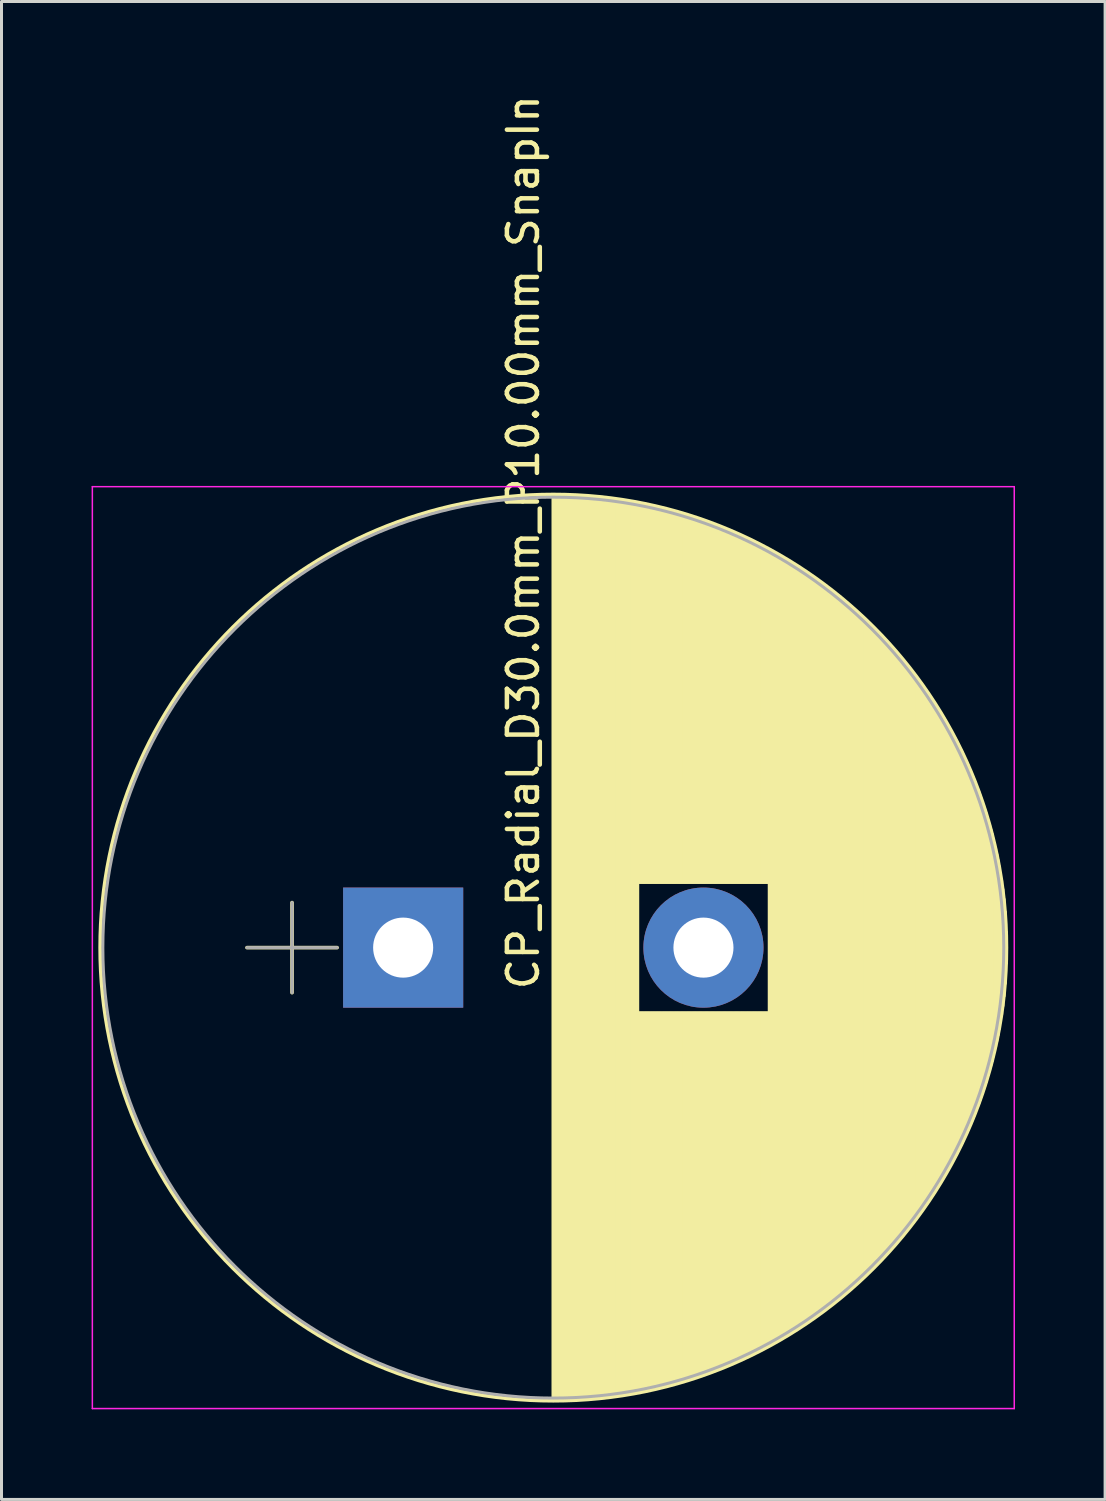
<source format=kicad_pcb>
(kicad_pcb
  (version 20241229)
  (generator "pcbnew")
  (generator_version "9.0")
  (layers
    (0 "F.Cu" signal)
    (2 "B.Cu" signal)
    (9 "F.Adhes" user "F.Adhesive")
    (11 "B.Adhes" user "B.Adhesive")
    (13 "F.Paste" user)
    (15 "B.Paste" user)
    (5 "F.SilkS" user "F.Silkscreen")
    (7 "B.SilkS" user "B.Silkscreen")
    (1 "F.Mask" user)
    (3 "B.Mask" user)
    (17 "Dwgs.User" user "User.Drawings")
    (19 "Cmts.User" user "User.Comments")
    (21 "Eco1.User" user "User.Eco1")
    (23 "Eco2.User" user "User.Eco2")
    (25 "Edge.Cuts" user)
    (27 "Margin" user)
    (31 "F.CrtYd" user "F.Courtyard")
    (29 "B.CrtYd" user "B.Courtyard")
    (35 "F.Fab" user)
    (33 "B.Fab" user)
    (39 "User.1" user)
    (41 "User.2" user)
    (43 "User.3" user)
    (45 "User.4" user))
  (footprint "CP_Radial_D30.0mm_P10.00mm_SnapIn"
    (layer "F.Cu")
    (at 15.375 28.506)
    (property "Reference" "CP_Radial_D30.0mm_P10.00mm_SnapIn" (at -1 -13.5 90) (layer "F.SilkS") (effects (font (size 1 1) (thickness 0.15))))
    (attr through_hole)
    (fp_line (start -10.2 0) (end -7.2 0) (stroke (width 0.12) (type solid)) (layer "F.SilkS"))
    (fp_line (start -8.7 -1.5) (end -8.7 1.5) (stroke (width 0.12) (type solid)) (layer "F.SilkS"))
    (fp_line (start 0 -15.05) (end 0 15.05) (stroke (width 0.12) (type solid)) (layer "F.SilkS"))
    (fp_line (start 0.04 -15.05) (end 0.04 15.05) (stroke (width 0.12) (type solid)) (layer "F.SilkS"))
    (fp_line (start 0.08 -15.05) (end 0.08 15.05) (stroke (width 0.12) (type solid)) (layer "F.SilkS"))
    (fp_line (start 0.12 -15.05) (end 0.12 15.05) (stroke (width 0.12) (type solid)) (layer "F.SilkS"))
    (fp_line (start 0.16 -15.05) (end 0.16 15.05) (stroke (width 0.12) (type solid)) (layer "F.SilkS"))
    (fp_line (start 0.2 -15.049) (end 0.2 15.049) (stroke (width 0.12) (type solid)) (layer "F.SilkS"))
    (fp_line (start 0.24 -15.049) (end 0.24 15.049) (stroke (width 0.12) (type solid)) (layer "F.SilkS"))
    (fp_line (start 0.28 -15.048) (end 0.28 15.048) (stroke (width 0.12) (type solid)) (layer "F.SilkS"))
    (fp_line (start 0.32 -15.047) (end 0.32 15.047) (stroke (width 0.12) (type solid)) (layer "F.SilkS"))
    (fp_line (start 0.36 -15.046) (end 0.36 15.046) (stroke (width 0.12) (type solid)) (layer "F.SilkS"))
    (fp_line (start 0.4 -15.045) (end 0.4 15.045) (stroke (width 0.12) (type solid)) (layer "F.SilkS"))
    (fp_line (start 0.44 -15.044) (end 0.44 15.044) (stroke (width 0.12) (type solid)) (layer "F.SilkS"))
    (fp_line (start 0.48 -15.043) (end 0.48 15.043) (stroke (width 0.12) (type solid)) (layer "F.SilkS"))
    (fp_line (start 0.52 -15.042) (end 0.52 15.042) (stroke (width 0.12) (type solid)) (layer "F.SilkS"))
    (fp_line (start 0.56 -15.04) (end 0.56 15.04) (stroke (width 0.12) (type solid)) (layer "F.SilkS"))
    (fp_line (start 0.6 -15.039) (end 0.6 15.039) (stroke (width 0.12) (type solid)) (layer "F.SilkS"))
    (fp_line (start 0.64 -15.037) (end 0.64 15.037) (stroke (width 0.12) (type solid)) (layer "F.SilkS"))
    (fp_line (start 0.68 -15.035) (end 0.68 15.035) (stroke (width 0.12) (type solid)) (layer "F.SilkS"))
    (fp_line (start 0.721 -15.033) (end 0.721 15.033) (stroke (width 0.12) (type solid)) (layer "F.SilkS"))
    (fp_line (start 0.761 -15.031) (end 0.761 15.031) (stroke (width 0.12) (type solid)) (layer "F.SilkS"))
    (fp_line (start 0.801 -15.029) (end 0.801 15.029) (stroke (width 0.12) (type solid)) (layer "F.SilkS"))
    (fp_line (start 0.841 -15.027) (end 0.841 15.027) (stroke (width 0.12) (type solid)) (layer "F.SilkS"))
    (fp_line (start 0.881 -15.025) (end 0.881 15.025) (stroke (width 0.12) (type solid)) (layer "F.SilkS"))
    (fp_line (start 0.921 -15.022) (end 0.921 15.022) (stroke (width 0.12) (type solid)) (layer "F.SilkS"))
    (fp_line (start 0.961 -15.02) (end 0.961 15.02) (stroke (width 0.12) (type solid)) (layer "F.SilkS"))
    (fp_line (start 1.001 -15.017) (end 1.001 15.017) (stroke (width 0.12) (type solid)) (layer "F.SilkS"))
    (fp_line (start 1.041 -15.015) (end 1.041 15.015) (stroke (width 0.12) (type solid)) (layer "F.SilkS"))
    (fp_line (start 1.081 -15.012) (end 1.081 15.012) (stroke (width 0.12) (type solid)) (layer "F.SilkS"))
    (fp_line (start 1.121 -15.009) (end 1.121 15.009) (stroke (width 0.12) (type solid)) (layer "F.SilkS"))
    (fp_line (start 1.161 -15.006) (end 1.161 15.006) (stroke (width 0.12) (type solid)) (layer "F.SilkS"))
    (fp_line (start 1.201 -15.003) (end 1.201 15.003) (stroke (width 0.12) (type solid)) (layer "F.SilkS"))
    (fp_line (start 1.241 -14.999) (end 1.241 14.999) (stroke (width 0.12) (type solid)) (layer "F.SilkS"))
    (fp_line (start 1.281 -14.996) (end 1.281 14.996) (stroke (width 0.12) (type solid)) (layer "F.SilkS"))
    (fp_line (start 1.321 -14.993) (end 1.321 14.993) (stroke (width 0.12) (type solid)) (layer "F.SilkS"))
    (fp_line (start 1.361 -14.989) (end 1.361 14.989) (stroke (width 0.12) (type solid)) (layer "F.SilkS"))
    (fp_line (start 1.401 -14.985) (end 1.401 14.985) (stroke (width 0.12) (type solid)) (layer "F.SilkS"))
    (fp_line (start 1.441 -14.982) (end 1.441 14.982) (stroke (width 0.12) (type solid)) (layer "F.SilkS"))
    (fp_line (start 1.481 -14.978) (end 1.481 14.978) (stroke (width 0.12) (type solid)) (layer "F.SilkS"))
    (fp_line (start 1.521 -14.974) (end 1.521 14.974) (stroke (width 0.12) (type solid)) (layer "F.SilkS"))
    (fp_line (start 1.561 -14.97) (end 1.561 14.97) (stroke (width 0.12) (type solid)) (layer "F.SilkS"))
    (fp_line (start 1.601 -14.965) (end 1.601 14.965) (stroke (width 0.12) (type solid)) (layer "F.SilkS"))
    (fp_line (start 1.641 -14.961) (end 1.641 14.961) (stroke (width 0.12) (type solid)) (layer "F.SilkS"))
    (fp_line (start 1.681 -14.957) (end 1.681 14.957) (stroke (width 0.12) (type solid)) (layer "F.SilkS"))
    (fp_line (start 1.721 -14.952) (end 1.721 14.952) (stroke (width 0.12) (type solid)) (layer "F.SilkS"))
    (fp_line (start 1.761 -14.948) (end 1.761 14.948) (stroke (width 0.12) (type solid)) (layer "F.SilkS"))
    (fp_line (start 1.801 -14.943) (end 1.801 14.943) (stroke (width 0.12) (type solid)) (layer "F.SilkS"))
    (fp_line (start 1.841 -14.938) (end 1.841 14.938) (stroke (width 0.12) (type solid)) (layer "F.SilkS"))
    (fp_line (start 1.881 -14.933) (end 1.881 14.933) (stroke (width 0.12) (type solid)) (layer "F.SilkS"))
    (fp_line (start 1.921 -14.928) (end 1.921 14.928) (stroke (width 0.12) (type solid)) (layer "F.SilkS"))
    (fp_line (start 1.961 -14.923) (end 1.961 14.923) (stroke (width 0.12) (type solid)) (layer "F.SilkS"))
    (fp_line (start 2.001 -14.917) (end 2.001 14.917) (stroke (width 0.12) (type solid)) (layer "F.SilkS"))
    (fp_line (start 2.041 -14.912) (end 2.041 14.912) (stroke (width 0.12) (type solid)) (layer "F.SilkS"))
    (fp_line (start 2.081 -14.906) (end 2.081 14.906) (stroke (width 0.12) (type solid)) (layer "F.SilkS"))
    (fp_line (start 2.121 -14.901) (end 2.121 14.901) (stroke (width 0.12) (type solid)) (layer "F.SilkS"))
    (fp_line (start 2.161 -14.895) (end 2.161 14.895) (stroke (width 0.12) (type solid)) (layer "F.SilkS"))
    (fp_line (start 2.201 -14.889) (end 2.201 14.889) (stroke (width 0.12) (type solid)) (layer "F.SilkS"))
    (fp_line (start 2.241 -14.883) (end 2.241 14.883) (stroke (width 0.12) (type solid)) (layer "F.SilkS"))
    (fp_line (start 2.281 -14.877) (end 2.281 14.877) (stroke (width 0.12) (type solid)) (layer "F.SilkS"))
    (fp_line (start 2.321 -14.871) (end 2.321 14.871) (stroke (width 0.12) (type solid)) (layer "F.SilkS"))
    (fp_line (start 2.361 -14.865) (end 2.361 14.865) (stroke (width 0.12) (type solid)) (layer "F.SilkS"))
    (fp_line (start 2.401 -14.858) (end 2.401 14.858) (stroke (width 0.12) (type solid)) (layer "F.SilkS"))
    (fp_line (start 2.441 -14.852) (end 2.441 14.852) (stroke (width 0.12) (type solid)) (layer "F.SilkS"))
    (fp_line (start 2.481 -14.845) (end 2.481 14.845) (stroke (width 0.12) (type solid)) (layer "F.SilkS"))
    (fp_line (start 2.521 -14.839) (end 2.521 14.839) (stroke (width 0.12) (type solid)) (layer "F.SilkS"))
    (fp_line (start 2.561 -14.832) (end 2.561 14.832) (stroke (width 0.12) (type solid)) (layer "F.SilkS"))
    (fp_line (start 2.601 -14.825) (end 2.601 14.825) (stroke (width 0.12) (type solid)) (layer "F.SilkS"))
    (fp_line (start 2.641 -14.818) (end 2.641 14.818) (stroke (width 0.12) (type solid)) (layer "F.SilkS"))
    (fp_line (start 2.681 -14.811) (end 2.681 14.811) (stroke (width 0.12) (type solid)) (layer "F.SilkS"))
    (fp_line (start 2.721 -14.803) (end 2.721 14.803) (stroke (width 0.12) (type solid)) (layer "F.SilkS"))
    (fp_line (start 2.761 -14.796) (end 2.761 14.796) (stroke (width 0.12) (type solid)) (layer "F.SilkS"))
    (fp_line (start 2.801 -14.788) (end 2.801 14.788) (stroke (width 0.12) (type solid)) (layer "F.SilkS"))
    (fp_line (start 2.841 -14.781) (end 2.841 -2.18) (stroke (width 0.12) (type solid)) (layer "F.SilkS"))
    (fp_line (start 2.841 2.18) (end 2.841 14.781) (stroke (width 0.12) (type solid)) (layer "F.SilkS"))
    (fp_line (start 2.881 -14.773) (end 2.881 -2.18) (stroke (width 0.12) (type solid)) (layer "F.SilkS"))
    (fp_line (start 2.881 2.18) (end 2.881 14.773) (stroke (width 0.12) (type solid)) (layer "F.SilkS"))
    (fp_line (start 2.921 -14.765) (end 2.921 -2.18) (stroke (width 0.12) (type solid)) (layer "F.SilkS"))
    (fp_line (start 2.921 2.18) (end 2.921 14.765) (stroke (width 0.12) (type solid)) (layer "F.SilkS"))
    (fp_line (start 2.961 -14.757) (end 2.961 -2.18) (stroke (width 0.12) (type solid)) (layer "F.SilkS"))
    (fp_line (start 2.961 2.18) (end 2.961 14.757) (stroke (width 0.12) (type solid)) (layer "F.SilkS"))
    (fp_line (start 3.001 -14.749) (end 3.001 -2.18) (stroke (width 0.12) (type solid)) (layer "F.SilkS"))
    (fp_line (start 3.001 2.18) (end 3.001 14.749) (stroke (width 0.12) (type solid)) (layer "F.SilkS"))
    (fp_line (start 3.041 -14.741) (end 3.041 -2.18) (stroke (width 0.12) (type solid)) (layer "F.SilkS"))
    (fp_line (start 3.041 2.18) (end 3.041 14.741) (stroke (width 0.12) (type solid)) (layer "F.SilkS"))
    (fp_line (start 3.081 -14.733) (end 3.081 -2.18) (stroke (width 0.12) (type solid)) (layer "F.SilkS"))
    (fp_line (start 3.081 2.18) (end 3.081 14.733) (stroke (width 0.12) (type solid)) (layer "F.SilkS"))
    (fp_line (start 3.121 -14.724) (end 3.121 -2.18) (stroke (width 0.12) (type solid)) (layer "F.SilkS"))
    (fp_line (start 3.121 2.18) (end 3.121 14.724) (stroke (width 0.12) (type solid)) (layer "F.SilkS"))
    (fp_line (start 3.161 -14.716) (end 3.161 -2.18) (stroke (width 0.12) (type solid)) (layer "F.SilkS"))
    (fp_line (start 3.161 2.18) (end 3.161 14.716) (stroke (width 0.12) (type solid)) (layer "F.SilkS"))
    (fp_line (start 3.201 -14.707) (end 3.201 -2.18) (stroke (width 0.12) (type solid)) (layer "F.SilkS"))
    (fp_line (start 3.201 2.18) (end 3.201 14.707) (stroke (width 0.12) (type solid)) (layer "F.SilkS"))
    (fp_line (start 3.241 -14.699) (end 3.241 -2.18) (stroke (width 0.12) (type solid)) (layer "F.SilkS"))
    (fp_line (start 3.241 2.18) (end 3.241 14.699) (stroke (width 0.12) (type solid)) (layer "F.SilkS"))
    (fp_line (start 3.281 -14.69) (end 3.281 -2.18) (stroke (width 0.12) (type solid)) (layer "F.SilkS"))
    (fp_line (start 3.281 2.18) (end 3.281 14.69) (stroke (width 0.12) (type solid)) (layer "F.SilkS"))
    (fp_line (start 3.321 -14.681) (end 3.321 -2.18) (stroke (width 0.12) (type solid)) (layer "F.SilkS"))
    (fp_line (start 3.321 2.18) (end 3.321 14.681) (stroke (width 0.12) (type solid)) (layer "F.SilkS"))
    (fp_line (start 3.361 -14.672) (end 3.361 -2.18) (stroke (width 0.12) (type solid)) (layer "F.SilkS"))
    (fp_line (start 3.361 2.18) (end 3.361 14.672) (stroke (width 0.12) (type solid)) (layer "F.SilkS"))
    (fp_line (start 3.401 -14.662) (end 3.401 -2.18) (stroke (width 0.12) (type solid)) (layer "F.SilkS"))
    (fp_line (start 3.401 2.18) (end 3.401 14.662) (stroke (width 0.12) (type solid)) (layer "F.SilkS"))
    (fp_line (start 3.441 -14.653) (end 3.441 -2.18) (stroke (width 0.12) (type solid)) (layer "F.SilkS"))
    (fp_line (start 3.441 2.18) (end 3.441 14.653) (stroke (width 0.12) (type solid)) (layer "F.SilkS"))
    (fp_line (start 3.481 -14.644) (end 3.481 -2.18) (stroke (width 0.12) (type solid)) (layer "F.SilkS"))
    (fp_line (start 3.481 2.18) (end 3.481 14.644) (stroke (width 0.12) (type solid)) (layer "F.SilkS"))
    (fp_line (start 3.521 -14.634) (end 3.521 -2.18) (stroke (width 0.12) (type solid)) (layer "F.SilkS"))
    (fp_line (start 3.521 2.18) (end 3.521 14.634) (stroke (width 0.12) (type solid)) (layer "F.SilkS"))
    (fp_line (start 3.561 -14.625) (end 3.561 -2.18) (stroke (width 0.12) (type solid)) (layer "F.SilkS"))
    (fp_line (start 3.561 2.18) (end 3.561 14.625) (stroke (width 0.12) (type solid)) (layer "F.SilkS"))
    (fp_line (start 3.601 -14.615) (end 3.601 -2.18) (stroke (width 0.12) (type solid)) (layer "F.SilkS"))
    (fp_line (start 3.601 2.18) (end 3.601 14.615) (stroke (width 0.12) (type solid)) (layer "F.SilkS"))
    (fp_line (start 3.641 -14.605) (end 3.641 -2.18) (stroke (width 0.12) (type solid)) (layer "F.SilkS"))
    (fp_line (start 3.641 2.18) (end 3.641 14.605) (stroke (width 0.12) (type solid)) (layer "F.SilkS"))
    (fp_line (start 3.681 -14.595) (end 3.681 -2.18) (stroke (width 0.12) (type solid)) (layer "F.SilkS"))
    (fp_line (start 3.681 2.18) (end 3.681 14.595) (stroke (width 0.12) (type solid)) (layer "F.SilkS"))
    (fp_line (start 3.721 -14.585) (end 3.721 -2.18) (stroke (width 0.12) (type solid)) (layer "F.SilkS"))
    (fp_line (start 3.721 2.18) (end 3.721 14.585) (stroke (width 0.12) (type solid)) (layer "F.SilkS"))
    (fp_line (start 3.761 -14.575) (end 3.761 -2.18) (stroke (width 0.12) (type solid)) (layer "F.SilkS"))
    (fp_line (start 3.761 2.18) (end 3.761 14.575) (stroke (width 0.12) (type solid)) (layer "F.SilkS"))
    (fp_line (start 3.801 -14.564) (end 3.801 -2.18) (stroke (width 0.12) (type solid)) (layer "F.SilkS"))
    (fp_line (start 3.801 2.18) (end 3.801 14.564) (stroke (width 0.12) (type solid)) (layer "F.SilkS"))
    (fp_line (start 3.841 -14.554) (end 3.841 -2.18) (stroke (width 0.12) (type solid)) (layer "F.SilkS"))
    (fp_line (start 3.841 2.18) (end 3.841 14.554) (stroke (width 0.12) (type solid)) (layer "F.SilkS"))
    (fp_line (start 3.881 -14.543) (end 3.881 -2.18) (stroke (width 0.12) (type solid)) (layer "F.SilkS"))
    (fp_line (start 3.881 2.18) (end 3.881 14.543) (stroke (width 0.12) (type solid)) (layer "F.SilkS"))
    (fp_line (start 3.921 -14.532) (end 3.921 -2.18) (stroke (width 0.12) (type solid)) (layer "F.SilkS"))
    (fp_line (start 3.921 2.18) (end 3.921 14.532) (stroke (width 0.12) (type solid)) (layer "F.SilkS"))
    (fp_line (start 3.961 -14.522) (end 3.961 -2.18) (stroke (width 0.12) (type solid)) (layer "F.SilkS"))
    (fp_line (start 3.961 2.18) (end 3.961 14.522) (stroke (width 0.12) (type solid)) (layer "F.SilkS"))
    (fp_line (start 4.001 -14.511) (end 4.001 -2.18) (stroke (width 0.12) (type solid)) (layer "F.SilkS"))
    (fp_line (start 4.001 2.18) (end 4.001 14.511) (stroke (width 0.12) (type solid)) (layer "F.SilkS"))
    (fp_line (start 4.041 -14.5) (end 4.041 -2.18) (stroke (width 0.12) (type solid)) (layer "F.SilkS"))
    (fp_line (start 4.041 2.18) (end 4.041 14.5) (stroke (width 0.12) (type solid)) (layer "F.SilkS"))
    (fp_line (start 4.081 -14.488) (end 4.081 -2.18) (stroke (width 0.12) (type solid)) (layer "F.SilkS"))
    (fp_line (start 4.081 2.18) (end 4.081 14.488) (stroke (width 0.12) (type solid)) (layer "F.SilkS"))
    (fp_line (start 4.121 -14.477) (end 4.121 -2.18) (stroke (width 0.12) (type solid)) (layer "F.SilkS"))
    (fp_line (start 4.121 2.18) (end 4.121 14.477) (stroke (width 0.12) (type solid)) (layer "F.SilkS"))
    (fp_line (start 4.161 -14.466) (end 4.161 -2.18) (stroke (width 0.12) (type solid)) (layer "F.SilkS"))
    (fp_line (start 4.161 2.18) (end 4.161 14.466) (stroke (width 0.12) (type solid)) (layer "F.SilkS"))
    (fp_line (start 4.201 -14.454) (end 4.201 -2.18) (stroke (width 0.12) (type solid)) (layer "F.SilkS"))
    (fp_line (start 4.201 2.18) (end 4.201 14.454) (stroke (width 0.12) (type solid)) (layer "F.SilkS"))
    (fp_line (start 4.241 -14.443) (end 4.241 -2.18) (stroke (width 0.12) (type solid)) (layer "F.SilkS"))
    (fp_line (start 4.241 2.18) (end 4.241 14.443) (stroke (width 0.12) (type solid)) (layer "F.SilkS"))
    (fp_line (start 4.281 -14.431) (end 4.281 -2.18) (stroke (width 0.12) (type solid)) (layer "F.SilkS"))
    (fp_line (start 4.281 2.18) (end 4.281 14.431) (stroke (width 0.12) (type solid)) (layer "F.SilkS"))
    (fp_line (start 4.321 -14.419) (end 4.321 -2.18) (stroke (width 0.12) (type solid)) (layer "F.SilkS"))
    (fp_line (start 4.321 2.18) (end 4.321 14.419) (stroke (width 0.12) (type solid)) (layer "F.SilkS"))
    (fp_line (start 4.361 -14.407) (end 4.361 -2.18) (stroke (width 0.12) (type solid)) (layer "F.SilkS"))
    (fp_line (start 4.361 2.18) (end 4.361 14.407) (stroke (width 0.12) (type solid)) (layer "F.SilkS"))
    (fp_line (start 4.401 -14.395) (end 4.401 -2.18) (stroke (width 0.12) (type solid)) (layer "F.SilkS"))
    (fp_line (start 4.401 2.18) (end 4.401 14.395) (stroke (width 0.12) (type solid)) (layer "F.SilkS"))
    (fp_line (start 4.441 -14.383) (end 4.441 -2.18) (stroke (width 0.12) (type solid)) (layer "F.SilkS"))
    (fp_line (start 4.441 2.18) (end 4.441 14.383) (stroke (width 0.12) (type solid)) (layer "F.SilkS"))
    (fp_line (start 4.481 -14.37) (end 4.481 -2.18) (stroke (width 0.12) (type solid)) (layer "F.SilkS"))
    (fp_line (start 4.481 2.18) (end 4.481 14.37) (stroke (width 0.12) (type solid)) (layer "F.SilkS"))
    (fp_line (start 4.521 -14.358) (end 4.521 -2.18) (stroke (width 0.12) (type solid)) (layer "F.SilkS"))
    (fp_line (start 4.521 2.18) (end 4.521 14.358) (stroke (width 0.12) (type solid)) (layer "F.SilkS"))
    (fp_line (start 4.561 -14.345) (end 4.561 -2.18) (stroke (width 0.12) (type solid)) (layer "F.SilkS"))
    (fp_line (start 4.561 2.18) (end 4.561 14.345) (stroke (width 0.12) (type solid)) (layer "F.SilkS"))
    (fp_line (start 4.601 -14.332) (end 4.601 -2.18) (stroke (width 0.12) (type solid)) (layer "F.SilkS"))
    (fp_line (start 4.601 2.18) (end 4.601 14.332) (stroke (width 0.12) (type solid)) (layer "F.SilkS"))
    (fp_line (start 4.641 -14.319) (end 4.641 -2.18) (stroke (width 0.12) (type solid)) (layer "F.SilkS"))
    (fp_line (start 4.641 2.18) (end 4.641 14.319) (stroke (width 0.12) (type solid)) (layer "F.SilkS"))
    (fp_line (start 4.681 -14.306) (end 4.681 -2.18) (stroke (width 0.12) (type solid)) (layer "F.SilkS"))
    (fp_line (start 4.681 2.18) (end 4.681 14.306) (stroke (width 0.12) (type solid)) (layer "F.SilkS"))
    (fp_line (start 4.721 -14.293) (end 4.721 -2.18) (stroke (width 0.12) (type solid)) (layer "F.SilkS"))
    (fp_line (start 4.721 2.18) (end 4.721 14.293) (stroke (width 0.12) (type solid)) (layer "F.SilkS"))
    (fp_line (start 4.761 -14.28) (end 4.761 -2.18) (stroke (width 0.12) (type solid)) (layer "F.SilkS"))
    (fp_line (start 4.761 2.18) (end 4.761 14.28) (stroke (width 0.12) (type solid)) (layer "F.SilkS"))
    (fp_line (start 4.801 -14.267) (end 4.801 -2.18) (stroke (width 0.12) (type solid)) (layer "F.SilkS"))
    (fp_line (start 4.801 2.18) (end 4.801 14.267) (stroke (width 0.12) (type solid)) (layer "F.SilkS"))
    (fp_line (start 4.841 -14.253) (end 4.841 -2.18) (stroke (width 0.12) (type solid)) (layer "F.SilkS"))
    (fp_line (start 4.841 2.18) (end 4.841 14.253) (stroke (width 0.12) (type solid)) (layer "F.SilkS"))
    (fp_line (start 4.881 -14.24) (end 4.881 -2.18) (stroke (width 0.12) (type solid)) (layer "F.SilkS"))
    (fp_line (start 4.881 2.18) (end 4.881 14.24) (stroke (width 0.12) (type solid)) (layer "F.SilkS"))
    (fp_line (start 4.921 -14.226) (end 4.921 -2.18) (stroke (width 0.12) (type solid)) (layer "F.SilkS"))
    (fp_line (start 4.921 2.18) (end 4.921 14.226) (stroke (width 0.12) (type solid)) (layer "F.SilkS"))
    (fp_line (start 4.961 -14.212) (end 4.961 -2.18) (stroke (width 0.12) (type solid)) (layer "F.SilkS"))
    (fp_line (start 4.961 2.18) (end 4.961 14.212) (stroke (width 0.12) (type solid)) (layer "F.SilkS"))
    (fp_line (start 5.001 -14.198) (end 5.001 -2.18) (stroke (width 0.12) (type solid)) (layer "F.SilkS"))
    (fp_line (start 5.001 2.18) (end 5.001 14.198) (stroke (width 0.12) (type solid)) (layer "F.SilkS"))
    (fp_line (start 5.041 -14.184) (end 5.041 -2.18) (stroke (width 0.12) (type solid)) (layer "F.SilkS"))
    (fp_line (start 5.041 2.18) (end 5.041 14.184) (stroke (width 0.12) (type solid)) (layer "F.SilkS"))
    (fp_line (start 5.081 -14.17) (end 5.081 -2.18) (stroke (width 0.12) (type solid)) (layer "F.SilkS"))
    (fp_line (start 5.081 2.18) (end 5.081 14.17) (stroke (width 0.12) (type solid)) (layer "F.SilkS"))
    (fp_line (start 5.121 -14.155) (end 5.121 -2.18) (stroke (width 0.12) (type solid)) (layer "F.SilkS"))
    (fp_line (start 5.121 2.18) (end 5.121 14.155) (stroke (width 0.12) (type solid)) (layer "F.SilkS"))
    (fp_line (start 5.161 -14.141) (end 5.161 -2.18) (stroke (width 0.12) (type solid)) (layer "F.SilkS"))
    (fp_line (start 5.161 2.18) (end 5.161 14.141) (stroke (width 0.12) (type solid)) (layer "F.SilkS"))
    (fp_line (start 5.201 -14.126) (end 5.201 -2.18) (stroke (width 0.12) (type solid)) (layer "F.SilkS"))
    (fp_line (start 5.201 2.18) (end 5.201 14.126) (stroke (width 0.12) (type solid)) (layer "F.SilkS"))
    (fp_line (start 5.241 -14.111) (end 5.241 -2.18) (stroke (width 0.12) (type solid)) (layer "F.SilkS"))
    (fp_line (start 5.241 2.18) (end 5.241 14.111) (stroke (width 0.12) (type solid)) (layer "F.SilkS"))
    (fp_line (start 5.281 -14.097) (end 5.281 -2.18) (stroke (width 0.12) (type solid)) (layer "F.SilkS"))
    (fp_line (start 5.281 2.18) (end 5.281 14.097) (stroke (width 0.12) (type solid)) (layer "F.SilkS"))
    (fp_line (start 5.321 -14.082) (end 5.321 -2.18) (stroke (width 0.12) (type solid)) (layer "F.SilkS"))
    (fp_line (start 5.321 2.18) (end 5.321 14.082) (stroke (width 0.12) (type solid)) (layer "F.SilkS"))
    (fp_line (start 5.361 -14.066) (end 5.361 -2.18) (stroke (width 0.12) (type solid)) (layer "F.SilkS"))
    (fp_line (start 5.361 2.18) (end 5.361 14.066) (stroke (width 0.12) (type solid)) (layer "F.SilkS"))
    (fp_line (start 5.401 -14.051) (end 5.401 -2.18) (stroke (width 0.12) (type solid)) (layer "F.SilkS"))
    (fp_line (start 5.401 2.18) (end 5.401 14.051) (stroke (width 0.12) (type solid)) (layer "F.SilkS"))
    (fp_line (start 5.441 -14.036) (end 5.441 -2.18) (stroke (width 0.12) (type solid)) (layer "F.SilkS"))
    (fp_line (start 5.441 2.18) (end 5.441 14.036) (stroke (width 0.12) (type solid)) (layer "F.SilkS"))
    (fp_line (start 5.481 -14.02) (end 5.481 -2.18) (stroke (width 0.12) (type solid)) (layer "F.SilkS"))
    (fp_line (start 5.481 2.18) (end 5.481 14.02) (stroke (width 0.12) (type solid)) (layer "F.SilkS"))
    (fp_line (start 5.521 -14.005) (end 5.521 -2.18) (stroke (width 0.12) (type solid)) (layer "F.SilkS"))
    (fp_line (start 5.521 2.18) (end 5.521 14.005) (stroke (width 0.12) (type solid)) (layer "F.SilkS"))
    (fp_line (start 5.561 -13.989) (end 5.561 -2.18) (stroke (width 0.12) (type solid)) (layer "F.SilkS"))
    (fp_line (start 5.561 2.18) (end 5.561 13.989) (stroke (width 0.12) (type solid)) (layer "F.SilkS"))
    (fp_line (start 5.601 -13.973) (end 5.601 -2.18) (stroke (width 0.12) (type solid)) (layer "F.SilkS"))
    (fp_line (start 5.601 2.18) (end 5.601 13.973) (stroke (width 0.12) (type solid)) (layer "F.SilkS"))
    (fp_line (start 5.641 -13.957) (end 5.641 -2.18) (stroke (width 0.12) (type solid)) (layer "F.SilkS"))
    (fp_line (start 5.641 2.18) (end 5.641 13.957) (stroke (width 0.12) (type solid)) (layer "F.SilkS"))
    (fp_line (start 5.681 -13.941) (end 5.681 -2.18) (stroke (width 0.12) (type solid)) (layer "F.SilkS"))
    (fp_line (start 5.681 2.18) (end 5.681 13.941) (stroke (width 0.12) (type solid)) (layer "F.SilkS"))
    (fp_line (start 5.721 -13.924) (end 5.721 -2.18) (stroke (width 0.12) (type solid)) (layer "F.SilkS"))
    (fp_line (start 5.721 2.18) (end 5.721 13.924) (stroke (width 0.12) (type solid)) (layer "F.SilkS"))
    (fp_line (start 5.761 -13.908) (end 5.761 -2.18) (stroke (width 0.12) (type solid)) (layer "F.SilkS"))
    (fp_line (start 5.761 2.18) (end 5.761 13.908) (stroke (width 0.12) (type solid)) (layer "F.SilkS"))
    (fp_line (start 5.801 -13.891) (end 5.801 -2.18) (stroke (width 0.12) (type solid)) (layer "F.SilkS"))
    (fp_line (start 5.801 2.18) (end 5.801 13.891) (stroke (width 0.12) (type solid)) (layer "F.SilkS"))
    (fp_line (start 5.841 -13.875) (end 5.841 -2.18) (stroke (width 0.12) (type solid)) (layer "F.SilkS"))
    (fp_line (start 5.841 2.18) (end 5.841 13.875) (stroke (width 0.12) (type solid)) (layer "F.SilkS"))
    (fp_line (start 5.881 -13.858) (end 5.881 -2.18) (stroke (width 0.12) (type solid)) (layer "F.SilkS"))
    (fp_line (start 5.881 2.18) (end 5.881 13.858) (stroke (width 0.12) (type solid)) (layer "F.SilkS"))
    (fp_line (start 5.921 -13.841) (end 5.921 -2.18) (stroke (width 0.12) (type solid)) (layer "F.SilkS"))
    (fp_line (start 5.921 2.18) (end 5.921 13.841) (stroke (width 0.12) (type solid)) (layer "F.SilkS"))
    (fp_line (start 5.961 -13.824) (end 5.961 -2.18) (stroke (width 0.12) (type solid)) (layer "F.SilkS"))
    (fp_line (start 5.961 2.18) (end 5.961 13.824) (stroke (width 0.12) (type solid)) (layer "F.SilkS"))
    (fp_line (start 6.001 -13.806) (end 6.001 -2.18) (stroke (width 0.12) (type solid)) (layer "F.SilkS"))
    (fp_line (start 6.001 2.18) (end 6.001 13.806) (stroke (width 0.12) (type solid)) (layer "F.SilkS"))
    (fp_line (start 6.041 -13.789) (end 6.041 -2.18) (stroke (width 0.12) (type solid)) (layer "F.SilkS"))
    (fp_line (start 6.041 2.18) (end 6.041 13.789) (stroke (width 0.12) (type solid)) (layer "F.SilkS"))
    (fp_line (start 6.081 -13.771) (end 6.081 -2.18) (stroke (width 0.12) (type solid)) (layer "F.SilkS"))
    (fp_line (start 6.081 2.18) (end 6.081 13.771) (stroke (width 0.12) (type solid)) (layer "F.SilkS"))
    (fp_line (start 6.121 -13.754) (end 6.121 -2.18) (stroke (width 0.12) (type solid)) (layer "F.SilkS"))
    (fp_line (start 6.121 2.18) (end 6.121 13.754) (stroke (width 0.12) (type solid)) (layer "F.SilkS"))
    (fp_line (start 6.161 -13.736) (end 6.161 -2.18) (stroke (width 0.12) (type solid)) (layer "F.SilkS"))
    (fp_line (start 6.161 2.18) (end 6.161 13.736) (stroke (width 0.12) (type solid)) (layer "F.SilkS"))
    (fp_line (start 6.201 -13.718) (end 6.201 -2.18) (stroke (width 0.12) (type solid)) (layer "F.SilkS"))
    (fp_line (start 6.201 2.18) (end 6.201 13.718) (stroke (width 0.12) (type solid)) (layer "F.SilkS"))
    (fp_line (start 6.241 -13.7) (end 6.241 -2.18) (stroke (width 0.12) (type solid)) (layer "F.SilkS"))
    (fp_line (start 6.241 2.18) (end 6.241 13.7) (stroke (width 0.12) (type solid)) (layer "F.SilkS"))
    (fp_line (start 6.281 -13.682) (end 6.281 -2.18) (stroke (width 0.12) (type solid)) (layer "F.SilkS"))
    (fp_line (start 6.281 2.18) (end 6.281 13.682) (stroke (width 0.12) (type solid)) (layer "F.SilkS"))
    (fp_line (start 6.321 -13.663) (end 6.321 -2.18) (stroke (width 0.12) (type solid)) (layer "F.SilkS"))
    (fp_line (start 6.321 2.18) (end 6.321 13.663) (stroke (width 0.12) (type solid)) (layer "F.SilkS"))
    (fp_line (start 6.361 -13.645) (end 6.361 -2.18) (stroke (width 0.12) (type solid)) (layer "F.SilkS"))
    (fp_line (start 6.361 2.18) (end 6.361 13.645) (stroke (width 0.12) (type solid)) (layer "F.SilkS"))
    (fp_line (start 6.401 -13.626) (end 6.401 -2.18) (stroke (width 0.12) (type solid)) (layer "F.SilkS"))
    (fp_line (start 6.401 2.18) (end 6.401 13.626) (stroke (width 0.12) (type solid)) (layer "F.SilkS"))
    (fp_line (start 6.441 -13.607) (end 6.441 -2.18) (stroke (width 0.12) (type solid)) (layer "F.SilkS"))
    (fp_line (start 6.441 2.18) (end 6.441 13.607) (stroke (width 0.12) (type solid)) (layer "F.SilkS"))
    (fp_line (start 6.481 -13.588) (end 6.481 -2.18) (stroke (width 0.12) (type solid)) (layer "F.SilkS"))
    (fp_line (start 6.481 2.18) (end 6.481 13.588) (stroke (width 0.12) (type solid)) (layer "F.SilkS"))
    (fp_line (start 6.521 -13.569) (end 6.521 -2.18) (stroke (width 0.12) (type solid)) (layer "F.SilkS"))
    (fp_line (start 6.521 2.18) (end 6.521 13.569) (stroke (width 0.12) (type solid)) (layer "F.SilkS"))
    (fp_line (start 6.561 -13.55) (end 6.561 -2.18) (stroke (width 0.12) (type solid)) (layer "F.SilkS"))
    (fp_line (start 6.561 2.18) (end 6.561 13.55) (stroke (width 0.12) (type solid)) (layer "F.SilkS"))
    (fp_line (start 6.601 -13.531) (end 6.601 -2.18) (stroke (width 0.12) (type solid)) (layer "F.SilkS"))
    (fp_line (start 6.601 2.18) (end 6.601 13.531) (stroke (width 0.12) (type solid)) (layer "F.SilkS"))
    (fp_line (start 6.641 -13.511) (end 6.641 -2.18) (stroke (width 0.12) (type solid)) (layer "F.SilkS"))
    (fp_line (start 6.641 2.18) (end 6.641 13.511) (stroke (width 0.12) (type solid)) (layer "F.SilkS"))
    (fp_line (start 6.681 -13.491) (end 6.681 -2.18) (stroke (width 0.12) (type solid)) (layer "F.SilkS"))
    (fp_line (start 6.681 2.18) (end 6.681 13.491) (stroke (width 0.12) (type solid)) (layer "F.SilkS"))
    (fp_line (start 6.721 -13.472) (end 6.721 -2.18) (stroke (width 0.12) (type solid)) (layer "F.SilkS"))
    (fp_line (start 6.721 2.18) (end 6.721 13.472) (stroke (width 0.12) (type solid)) (layer "F.SilkS"))
    (fp_line (start 6.761 -13.452) (end 6.761 -2.18) (stroke (width 0.12) (type solid)) (layer "F.SilkS"))
    (fp_line (start 6.761 2.18) (end 6.761 13.452) (stroke (width 0.12) (type solid)) (layer "F.SilkS"))
    (fp_line (start 6.801 -13.432) (end 6.801 -2.18) (stroke (width 0.12) (type solid)) (layer "F.SilkS"))
    (fp_line (start 6.801 2.18) (end 6.801 13.432) (stroke (width 0.12) (type solid)) (layer "F.SilkS"))
    (fp_line (start 6.841 -13.411) (end 6.841 -2.18) (stroke (width 0.12) (type solid)) (layer "F.SilkS"))
    (fp_line (start 6.841 2.18) (end 6.841 13.411) (stroke (width 0.12) (type solid)) (layer "F.SilkS"))
    (fp_line (start 6.881 -13.391) (end 6.881 -2.18) (stroke (width 0.12) (type solid)) (layer "F.SilkS"))
    (fp_line (start 6.881 2.18) (end 6.881 13.391) (stroke (width 0.12) (type solid)) (layer "F.SilkS"))
    (fp_line (start 6.921 -13.37) (end 6.921 -2.18) (stroke (width 0.12) (type solid)) (layer "F.SilkS"))
    (fp_line (start 6.921 2.18) (end 6.921 13.37) (stroke (width 0.12) (type solid)) (layer "F.SilkS"))
    (fp_line (start 6.961 -13.35) (end 6.961 -2.18) (stroke (width 0.12) (type solid)) (layer "F.SilkS"))
    (fp_line (start 6.961 2.18) (end 6.961 13.35) (stroke (width 0.12) (type solid)) (layer "F.SilkS"))
    (fp_line (start 7.001 -13.329) (end 7.001 -2.18) (stroke (width 0.12) (type solid)) (layer "F.SilkS"))
    (fp_line (start 7.001 2.18) (end 7.001 13.329) (stroke (width 0.12) (type solid)) (layer "F.SilkS"))
    (fp_line (start 7.041 -13.308) (end 7.041 -2.18) (stroke (width 0.12) (type solid)) (layer "F.SilkS"))
    (fp_line (start 7.041 2.18) (end 7.041 13.308) (stroke (width 0.12) (type solid)) (layer "F.SilkS"))
    (fp_line (start 7.081 -13.286) (end 7.081 -2.18) (stroke (width 0.12) (type solid)) (layer "F.SilkS"))
    (fp_line (start 7.081 2.18) (end 7.081 13.286) (stroke (width 0.12) (type solid)) (layer "F.SilkS"))
    (fp_line (start 7.121 -13.265) (end 7.121 -2.18) (stroke (width 0.12) (type solid)) (layer "F.SilkS"))
    (fp_line (start 7.121 2.18) (end 7.121 13.265) (stroke (width 0.12) (type solid)) (layer "F.SilkS"))
    (fp_line (start 7.161 -13.244) (end 7.161 -2.18) (stroke (width 0.12) (type solid)) (layer "F.SilkS"))
    (fp_line (start 7.161 2.18) (end 7.161 13.244) (stroke (width 0.12) (type solid)) (layer "F.SilkS"))
    (fp_line (start 7.201 -13.222) (end 7.201 13.222) (stroke (width 0.12) (type solid)) (layer "F.SilkS"))
    (fp_line (start 7.241 -13.2) (end 7.241 13.2) (stroke (width 0.12) (type solid)) (layer "F.SilkS"))
    (fp_line (start 7.281 -13.178) (end 7.281 13.178) (stroke (width 0.12) (type solid)) (layer "F.SilkS"))
    (fp_line (start 7.321 -13.156) (end 7.321 13.156) (stroke (width 0.12) (type solid)) (layer "F.SilkS"))
    (fp_line (start 7.361 -13.134) (end 7.361 13.134) (stroke (width 0.12) (type solid)) (layer "F.SilkS"))
    (fp_line (start 7.401 -13.111) (end 7.401 13.111) (stroke (width 0.12) (type solid)) (layer "F.SilkS"))
    (fp_line (start 7.441 -13.089) (end 7.441 13.089) (stroke (width 0.12) (type solid)) (layer "F.SilkS"))
    (fp_line (start 7.481 -13.066) (end 7.481 13.066) (stroke (width 0.12) (type solid)) (layer "F.SilkS"))
    (fp_line (start 7.521 -13.043) (end 7.521 13.043) (stroke (width 0.12) (type solid)) (layer "F.SilkS"))
    (fp_line (start 7.561 -13.02) (end 7.561 13.02) (stroke (width 0.12) (type solid)) (layer "F.SilkS"))
    (fp_line (start 7.601 -12.997) (end 7.601 12.997) (stroke (width 0.12) (type solid)) (layer "F.SilkS"))
    (fp_line (start 7.641 -12.974) (end 7.641 12.974) (stroke (width 0.12) (type solid)) (layer "F.SilkS"))
    (fp_line (start 7.681 -12.95) (end 7.681 12.95) (stroke (width 0.12) (type solid)) (layer "F.SilkS"))
    (fp_line (start 7.721 -12.926) (end 7.721 12.926) (stroke (width 0.12) (type solid)) (layer "F.SilkS"))
    (fp_line (start 7.761 -12.902) (end 7.761 12.902) (stroke (width 0.12) (type solid)) (layer "F.SilkS"))
    (fp_line (start 7.801 -12.878) (end 7.801 12.878) (stroke (width 0.12) (type solid)) (layer "F.SilkS"))
    (fp_line (start 7.841 -12.854) (end 7.841 12.854) (stroke (width 0.12) (type solid)) (layer "F.SilkS"))
    (fp_line (start 7.881 -12.83) (end 7.881 12.83) (stroke (width 0.12) (type solid)) (layer "F.SilkS"))
    (fp_line (start 7.921 -12.805) (end 7.921 12.805) (stroke (width 0.12) (type solid)) (layer "F.SilkS"))
    (fp_line (start 7.961 -12.78) (end 7.961 12.78) (stroke (width 0.12) (type solid)) (layer "F.SilkS"))
    (fp_line (start 8.001 -12.755) (end 8.001 12.755) (stroke (width 0.12) (type solid)) (layer "F.SilkS"))
    (fp_line (start 8.041 -12.73) (end 8.041 12.73) (stroke (width 0.12) (type solid)) (layer "F.SilkS"))
    (fp_line (start 8.081 -12.705) (end 8.081 12.705) (stroke (width 0.12) (type solid)) (layer "F.SilkS"))
    (fp_line (start 8.121 -12.68) (end 8.121 12.68) (stroke (width 0.12) (type solid)) (layer "F.SilkS"))
    (fp_line (start 8.161 -12.654) (end 8.161 12.654) (stroke (width 0.12) (type solid)) (layer "F.SilkS"))
    (fp_line (start 8.2 -12.628) (end 8.2 12.628) (stroke (width 0.12) (type solid)) (layer "F.SilkS"))
    (fp_line (start 8.24 -12.602) (end 8.24 12.602) (stroke (width 0.12) (type solid)) (layer "F.SilkS"))
    (fp_line (start 8.28 -12.576) (end 8.28 12.576) (stroke (width 0.12) (type solid)) (layer "F.SilkS"))
    (fp_line (start 8.32 -12.55) (end 8.32 12.55) (stroke (width 0.12) (type solid)) (layer "F.SilkS"))
    (fp_line (start 8.36 -12.523) (end 8.36 12.523) (stroke (width 0.12) (type solid)) (layer "F.SilkS"))
    (fp_line (start 8.4 -12.496) (end 8.4 12.496) (stroke (width 0.12) (type solid)) (layer "F.SilkS"))
    (fp_line (start 8.44 -12.469) (end 8.44 12.469) (stroke (width 0.12) (type solid)) (layer "F.SilkS"))
    (fp_line (start 8.48 -12.442) (end 8.48 12.442) (stroke (width 0.12) (type solid)) (layer "F.SilkS"))
    (fp_line (start 8.52 -12.415) (end 8.52 12.415) (stroke (width 0.12) (type solid)) (layer "F.SilkS"))
    (fp_line (start 8.56 -12.388) (end 8.56 12.388) (stroke (width 0.12) (type solid)) (layer "F.SilkS"))
    (fp_line (start 8.6 -12.36) (end 8.6 12.36) (stroke (width 0.12) (type solid)) (layer "F.SilkS"))
    (fp_line (start 8.64 -12.332) (end 8.64 12.332) (stroke (width 0.12) (type solid)) (layer "F.SilkS"))
    (fp_line (start 8.68 -12.304) (end 8.68 12.304) (stroke (width 0.12) (type solid)) (layer "F.SilkS"))
    (fp_line (start 8.72 -12.276) (end 8.72 12.276) (stroke (width 0.12) (type solid)) (layer "F.SilkS"))
    (fp_line (start 8.76 -12.248) (end 8.76 12.248) (stroke (width 0.12) (type solid)) (layer "F.SilkS"))
    (fp_line (start 8.8 -12.219) (end 8.8 12.219) (stroke (width 0.12) (type solid)) (layer "F.SilkS"))
    (fp_line (start 8.84 -12.19) (end 8.84 12.19) (stroke (width 0.12) (type solid)) (layer "F.SilkS"))
    (fp_line (start 8.88 -12.161) (end 8.88 12.161) (stroke (width 0.12) (type solid)) (layer "F.SilkS"))
    (fp_line (start 8.92 -12.132) (end 8.92 12.132) (stroke (width 0.12) (type solid)) (layer "F.SilkS"))
    (fp_line (start 8.96 -12.102) (end 8.96 12.102) (stroke (width 0.12) (type solid)) (layer "F.SilkS"))
    (fp_line (start 9 -12.073) (end 9 12.073) (stroke (width 0.12) (type solid)) (layer "F.SilkS"))
    (fp_line (start 9.04 -12.043) (end 9.04 12.043) (stroke (width 0.12) (type solid)) (layer "F.SilkS"))
    (fp_line (start 9.08 -12.013) (end 9.08 12.013) (stroke (width 0.12) (type solid)) (layer "F.SilkS"))
    (fp_line (start 9.12 -11.983) (end 9.12 11.983) (stroke (width 0.12) (type solid)) (layer "F.SilkS"))
    (fp_line (start 9.16 -11.952) (end 9.16 11.952) (stroke (width 0.12) (type solid)) (layer "F.SilkS"))
    (fp_line (start 9.2 -11.922) (end 9.2 11.922) (stroke (width 0.12) (type solid)) (layer "F.SilkS"))
    (fp_line (start 9.24 -11.891) (end 9.24 11.891) (stroke (width 0.12) (type solid)) (layer "F.SilkS"))
    (fp_line (start 9.28 -11.86) (end 9.28 11.86) (stroke (width 0.12) (type solid)) (layer "F.SilkS"))
    (fp_line (start 9.32 -11.828) (end 9.32 11.828) (stroke (width 0.12) (type solid)) (layer "F.SilkS"))
    (fp_line (start 9.36 -11.797) (end 9.36 11.797) (stroke (width 0.12) (type solid)) (layer "F.SilkS"))
    (fp_line (start 9.4 -11.765) (end 9.4 11.765) (stroke (width 0.12) (type solid)) (layer "F.SilkS"))
    (fp_line (start 9.44 -11.733) (end 9.44 11.733) (stroke (width 0.12) (type solid)) (layer "F.SilkS"))
    (fp_line (start 9.48 -11.701) (end 9.48 11.701) (stroke (width 0.12) (type solid)) (layer "F.SilkS"))
    (fp_line (start 9.52 -11.669) (end 9.52 11.669) (stroke (width 0.12) (type solid)) (layer "F.SilkS"))
    (fp_line (start 9.56 -11.636) (end 9.56 11.636) (stroke (width 0.12) (type solid)) (layer "F.SilkS"))
    (fp_line (start 9.6 -11.603) (end 9.6 11.603) (stroke (width 0.12) (type solid)) (layer "F.SilkS"))
    (fp_line (start 9.64 -11.57) (end 9.64 11.57) (stroke (width 0.12) (type solid)) (layer "F.SilkS"))
    (fp_line (start 9.68 -11.537) (end 9.68 11.537) (stroke (width 0.12) (type solid)) (layer "F.SilkS"))
    (fp_line (start 9.72 -11.503) (end 9.72 11.503) (stroke (width 0.12) (type solid)) (layer "F.SilkS"))
    (fp_line (start 9.76 -11.469) (end 9.76 11.469) (stroke (width 0.12) (type solid)) (layer "F.SilkS"))
    (fp_line (start 9.8 -11.435) (end 9.8 11.435) (stroke (width 0.12) (type solid)) (layer "F.SilkS"))
    (fp_line (start 9.84 -11.401) (end 9.84 11.401) (stroke (width 0.12) (type solid)) (layer "F.SilkS"))
    (fp_line (start 9.88 -11.366) (end 9.88 11.366) (stroke (width 0.12) (type solid)) (layer "F.SilkS"))
    (fp_line (start 9.92 -11.332) (end 9.92 11.332) (stroke (width 0.12) (type solid)) (layer "F.SilkS"))
    (fp_line (start 9.96 -11.297) (end 9.96 11.297) (stroke (width 0.12) (type solid)) (layer "F.SilkS"))
    (fp_line (start 10 -11.261) (end 10 11.261) (stroke (width 0.12) (type solid)) (layer "F.SilkS"))
    (fp_line (start 10.04 -11.226) (end 10.04 11.226) (stroke (width 0.12) (type solid)) (layer "F.SilkS"))
    (fp_line (start 10.08 -11.19) (end 10.08 11.19) (stroke (width 0.12) (type solid)) (layer "F.SilkS"))
    (fp_line (start 10.12 -11.154) (end 10.12 11.154) (stroke (width 0.12) (type solid)) (layer "F.SilkS"))
    (fp_line (start 10.16 -11.118) (end 10.16 11.118) (stroke (width 0.12) (type solid)) (layer "F.SilkS"))
    (fp_line (start 10.2 -11.081) (end 10.2 11.081) (stroke (width 0.12) (type solid)) (layer "F.SilkS"))
    (fp_line (start 10.24 -11.044) (end 10.24 11.044) (stroke (width 0.12) (type solid)) (layer "F.SilkS"))
    (fp_line (start 10.28 -11.007) (end 10.28 11.007) (stroke (width 0.12) (type solid)) (layer "F.SilkS"))
    (fp_line (start 10.32 -10.97) (end 10.32 10.97) (stroke (width 0.12) (type solid)) (layer "F.SilkS"))
    (fp_line (start 10.36 -10.932) (end 10.36 10.932) (stroke (width 0.12) (type solid)) (layer "F.SilkS"))
    (fp_line (start 10.4 -10.894) (end 10.4 10.894) (stroke (width 0.12) (type solid)) (layer "F.SilkS"))
    (fp_line (start 10.44 -10.856) (end 10.44 10.856) (stroke (width 0.12) (type solid)) (layer "F.SilkS"))
    (fp_line (start 10.48 -10.818) (end 10.48 10.818) (stroke (width 0.12) (type solid)) (layer "F.SilkS"))
    (fp_line (start 10.52 -10.779) (end 10.52 10.779) (stroke (width 0.12) (type solid)) (layer "F.SilkS"))
    (fp_line (start 10.56 -10.74) (end 10.56 10.74) (stroke (width 0.12) (type solid)) (layer "F.SilkS"))
    (fp_line (start 10.6 -10.701) (end 10.6 10.701) (stroke (width 0.12) (type solid)) (layer "F.SilkS"))
    (fp_line (start 10.64 -10.661) (end 10.64 10.661) (stroke (width 0.12) (type solid)) (layer "F.SilkS"))
    (fp_line (start 10.68 -10.621) (end 10.68 10.621) (stroke (width 0.12) (type solid)) (layer "F.SilkS"))
    (fp_line (start 10.72 -10.581) (end 10.72 10.581) (stroke (width 0.12) (type solid)) (layer "F.SilkS"))
    (fp_line (start 10.76 -10.54) (end 10.76 10.54) (stroke (width 0.12) (type solid)) (layer "F.SilkS"))
    (fp_line (start 10.8 -10.499) (end 10.8 10.499) (stroke (width 0.12) (type solid)) (layer "F.SilkS"))
    (fp_line (start 10.84 -10.458) (end 10.84 10.458) (stroke (width 0.12) (type solid)) (layer "F.SilkS"))
    (fp_line (start 10.88 -10.417) (end 10.88 10.417) (stroke (width 0.12) (type solid)) (layer "F.SilkS"))
    (fp_line (start 10.92 -10.375) (end 10.92 10.375) (stroke (width 0.12) (type solid)) (layer "F.SilkS"))
    (fp_line (start 10.96 -10.333) (end 10.96 10.333) (stroke (width 0.12) (type solid)) (layer "F.SilkS"))
    (fp_line (start 11 -10.29) (end 11 10.29) (stroke (width 0.12) (type solid)) (layer "F.SilkS"))
    (fp_line (start 11.04 -10.248) (end 11.04 10.248) (stroke (width 0.12) (type solid)) (layer "F.SilkS"))
    (fp_line (start 11.08 -10.205) (end 11.08 10.205) (stroke (width 0.12) (type solid)) (layer "F.SilkS"))
    (fp_line (start 11.12 -10.161) (end 11.12 10.161) (stroke (width 0.12) (type solid)) (layer "F.SilkS"))
    (fp_line (start 11.16 -10.117) (end 11.16 10.117) (stroke (width 0.12) (type solid)) (layer "F.SilkS"))
    (fp_line (start 11.2 -10.073) (end 11.2 10.073) (stroke (width 0.12) (type solid)) (layer "F.SilkS"))
    (fp_line (start 11.24 -10.029) (end 11.24 10.029) (stroke (width 0.12) (type solid)) (layer "F.SilkS"))
    (fp_line (start 11.28 -9.984) (end 11.28 9.984) (stroke (width 0.12) (type solid)) (layer "F.SilkS"))
    (fp_line (start 11.32 -9.939) (end 11.32 9.939) (stroke (width 0.12) (type solid)) (layer "F.SilkS"))
    (fp_line (start 11.36 -9.893) (end 11.36 9.893) (stroke (width 0.12) (type solid)) (layer "F.SilkS"))
    (fp_line (start 11.4 -9.847) (end 11.4 9.847) (stroke (width 0.12) (type solid)) (layer "F.SilkS"))
    (fp_line (start 11.44 -9.801) (end 11.44 9.801) (stroke (width 0.12) (type solid)) (layer "F.SilkS"))
    (fp_line (start 11.48 -9.754) (end 11.48 9.754) (stroke (width 0.12) (type solid)) (layer "F.SilkS"))
    (fp_line (start 11.52 -9.707) (end 11.52 9.707) (stroke (width 0.12) (type solid)) (layer "F.SilkS"))
    (fp_line (start 11.56 -9.66) (end 11.56 9.66) (stroke (width 0.12) (type solid)) (layer "F.SilkS"))
    (fp_line (start 11.6 -9.612) (end 11.6 9.612) (stroke (width 0.12) (type solid)) (layer "F.SilkS"))
    (fp_line (start 11.64 -9.564) (end 11.64 9.564) (stroke (width 0.12) (type solid)) (layer "F.SilkS"))
    (fp_line (start 11.68 -9.515) (end 11.68 9.515) (stroke (width 0.12) (type solid)) (layer "F.SilkS"))
    (fp_line (start 11.72 -9.466) (end 11.72 9.466) (stroke (width 0.12) (type solid)) (layer "F.SilkS"))
    (fp_line (start 11.76 -9.416) (end 11.76 9.416) (stroke (width 0.12) (type solid)) (layer "F.SilkS"))
    (fp_line (start 11.8 -9.366) (end 11.8 9.366) (stroke (width 0.12) (type solid)) (layer "F.SilkS"))
    (fp_line (start 11.84 -9.316) (end 11.84 9.316) (stroke (width 0.12) (type solid)) (layer "F.SilkS"))
    (fp_line (start 11.88 -9.265) (end 11.88 9.265) (stroke (width 0.12) (type solid)) (layer "F.SilkS"))
    (fp_line (start 11.92 -9.214) (end 11.92 9.214) (stroke (width 0.12) (type solid)) (layer "F.SilkS"))
    (fp_line (start 11.96 -9.162) (end 11.96 9.162) (stroke (width 0.12) (type solid)) (layer "F.SilkS"))
    (fp_line (start 12 -9.11) (end 12 9.11) (stroke (width 0.12) (type solid)) (layer "F.SilkS"))
    (fp_line (start 12.04 -9.057) (end 12.04 9.057) (stroke (width 0.12) (type solid)) (layer "F.SilkS"))
    (fp_line (start 12.08 -9.004) (end 12.08 9.004) (stroke (width 0.12) (type solid)) (layer "F.SilkS"))
    (fp_line (start 12.12 -8.95) (end 12.12 8.95) (stroke (width 0.12) (type solid)) (layer "F.SilkS"))
    (fp_line (start 12.16 -8.896) (end 12.16 8.896) (stroke (width 0.12) (type solid)) (layer "F.SilkS"))
    (fp_line (start 12.2 -8.841) (end 12.2 8.841) (stroke (width 0.12) (type solid)) (layer "F.SilkS"))
    (fp_line (start 12.24 -8.786) (end 12.24 8.786) (stroke (width 0.12) (type solid)) (layer "F.SilkS"))
    (fp_line (start 12.28 -8.73) (end 12.28 8.73) (stroke (width 0.12) (type solid)) (layer "F.SilkS"))
    (fp_line (start 12.32 -8.674) (end 12.32 8.674) (stroke (width 0.12) (type solid)) (layer "F.SilkS"))
    (fp_line (start 12.36 -8.617) (end 12.36 8.617) (stroke (width 0.12) (type solid)) (layer "F.SilkS"))
    (fp_line (start 12.4 -8.56) (end 12.4 8.56) (stroke (width 0.12) (type solid)) (layer "F.SilkS"))
    (fp_line (start 12.44 -8.502) (end 12.44 8.502) (stroke (width 0.12) (type solid)) (layer "F.SilkS"))
    (fp_line (start 12.48 -8.443) (end 12.48 8.443) (stroke (width 0.12) (type solid)) (layer "F.SilkS"))
    (fp_line (start 12.52 -8.384) (end 12.52 8.384) (stroke (width 0.12) (type solid)) (layer "F.SilkS"))
    (fp_line (start 12.56 -8.324) (end 12.56 8.324) (stroke (width 0.12) (type solid)) (layer "F.SilkS"))
    (fp_line (start 12.6 -8.264) (end 12.6 8.264) (stroke (width 0.12) (type solid)) (layer "F.SilkS"))
    (fp_line (start 12.64 -8.203) (end 12.64 8.203) (stroke (width 0.12) (type solid)) (layer "F.SilkS"))
    (fp_line (start 12.68 -8.141) (end 12.68 8.141) (stroke (width 0.12) (type solid)) (layer "F.SilkS"))
    (fp_line (start 12.72 -8.079) (end 12.72 8.079) (stroke (width 0.12) (type solid)) (layer "F.SilkS"))
    (fp_line (start 12.76 -8.016) (end 12.76 8.016) (stroke (width 0.12) (type solid)) (layer "F.SilkS"))
    (fp_line (start 12.8 -7.952) (end 12.8 7.952) (stroke (width 0.12) (type solid)) (layer "F.SilkS"))
    (fp_line (start 12.84 -7.888) (end 12.84 7.888) (stroke (width 0.12) (type solid)) (layer "F.SilkS"))
    (fp_line (start 12.88 -7.823) (end 12.88 7.823) (stroke (width 0.12) (type solid)) (layer "F.SilkS"))
    (fp_line (start 12.92 -7.757) (end 12.92 7.757) (stroke (width 0.12) (type solid)) (layer "F.SilkS"))
    (fp_line (start 12.96 -7.69) (end 12.96 7.69) (stroke (width 0.12) (type solid)) (layer "F.SilkS"))
    (fp_line (start 13 -7.623) (end 13 7.623) (stroke (width 0.12) (type solid)) (layer "F.SilkS"))
    (fp_line (start 13.04 -7.554) (end 13.04 7.554) (stroke (width 0.12) (type solid)) (layer "F.SilkS"))
    (fp_line (start 13.08 -7.485) (end 13.08 7.485) (stroke (width 0.12) (type solid)) (layer "F.SilkS"))
    (fp_line (start 13.12 -7.415) (end 13.12 7.415) (stroke (width 0.12) (type solid)) (layer "F.SilkS"))
    (fp_line (start 13.16 -7.344) (end 13.16 7.344) (stroke (width 0.12) (type solid)) (layer "F.SilkS"))
    (fp_line (start 13.2 -7.273) (end 13.2 7.273) (stroke (width 0.12) (type solid)) (layer "F.SilkS"))
    (fp_line (start 13.24 -7.2) (end 13.24 7.2) (stroke (width 0.12) (type solid)) (layer "F.SilkS"))
    (fp_line (start 13.28 -7.126) (end 13.28 7.126) (stroke (width 0.12) (type solid)) (layer "F.SilkS"))
    (fp_line (start 13.32 -7.052) (end 13.32 7.052) (stroke (width 0.12) (type solid)) (layer "F.SilkS"))
    (fp_line (start 13.36 -6.976) (end 13.36 6.976) (stroke (width 0.12) (type solid)) (layer "F.SilkS"))
    (fp_line (start 13.4 -6.899) (end 13.4 6.899) (stroke (width 0.12) (type solid)) (layer "F.SilkS"))
    (fp_line (start 13.44 -6.822) (end 13.44 6.822) (stroke (width 0.12) (type solid)) (layer "F.SilkS"))
    (fp_line (start 13.48 -6.743) (end 13.48 6.743) (stroke (width 0.12) (type solid)) (layer "F.SilkS"))
    (fp_line (start 13.52 -6.663) (end 13.52 6.663) (stroke (width 0.12) (type solid)) (layer "F.SilkS"))
    (fp_line (start 13.56 -6.581) (end 13.56 6.581) (stroke (width 0.12) (type solid)) (layer "F.SilkS"))
    (fp_line (start 13.6 -6.499) (end 13.6 6.499) (stroke (width 0.12) (type solid)) (layer "F.SilkS"))
    (fp_line (start 13.64 -6.415) (end 13.64 6.415) (stroke (width 0.12) (type solid)) (layer "F.SilkS"))
    (fp_line (start 13.68 -6.33) (end 13.68 6.33) (stroke (width 0.12) (type solid)) (layer "F.SilkS"))
    (fp_line (start 13.72 -6.243) (end 13.72 6.243) (stroke (width 0.12) (type solid)) (layer "F.SilkS"))
    (fp_line (start 13.76 -6.155) (end 13.76 6.155) (stroke (width 0.12) (type solid)) (layer "F.SilkS"))
    (fp_line (start 13.8 -6.065) (end 13.8 6.065) (stroke (width 0.12) (type solid)) (layer "F.SilkS"))
    (fp_line (start 13.84 -5.974) (end 13.84 5.974) (stroke (width 0.12) (type solid)) (layer "F.SilkS"))
    (fp_line (start 13.88 -5.881) (end 13.88 5.881) (stroke (width 0.12) (type solid)) (layer "F.SilkS"))
    (fp_line (start 13.92 -5.786) (end 13.92 5.786) (stroke (width 0.12) (type solid)) (layer "F.SilkS"))
    (fp_line (start 13.96 -5.69) (end 13.96 5.69) (stroke (width 0.12) (type solid)) (layer "F.SilkS"))
    (fp_line (start 14 -5.591) (end 14 5.591) (stroke (width 0.12) (type solid)) (layer "F.SilkS"))
    (fp_line (start 14.04 -5.491) (end 14.04 5.491) (stroke (width 0.12) (type solid)) (layer "F.SilkS"))
    (fp_line (start 14.08 -5.388) (end 14.08 5.388) (stroke (width 0.12) (type solid)) (layer "F.SilkS"))
    (fp_line (start 14.12 -5.283) (end 14.12 5.283) (stroke (width 0.12) (type solid)) (layer "F.SilkS"))
    (fp_line (start 14.16 -5.176) (end 14.16 5.176) (stroke (width 0.12) (type solid)) (layer "F.SilkS"))
    (fp_line (start 14.2 -5.066) (end 14.2 5.066) (stroke (width 0.12) (type solid)) (layer "F.SilkS"))
    (fp_line (start 14.24 -4.954) (end 14.24 4.954) (stroke (width 0.12) (type solid)) (layer "F.SilkS"))
    (fp_line (start 14.28 -4.838) (end 14.28 4.838) (stroke (width 0.12) (type solid)) (layer "F.SilkS"))
    (fp_line (start 14.32 -4.719) (end 14.32 4.719) (stroke (width 0.12) (type solid)) (layer "F.SilkS"))
    (fp_line (start 14.36 -4.597) (end 14.36 4.597) (stroke (width 0.12) (type solid)) (layer "F.SilkS"))
    (fp_line (start 14.4 -4.471) (end 14.4 4.471) (stroke (width 0.12) (type solid)) (layer "F.SilkS"))
    (fp_line (start 14.44 -4.342) (end 14.44 4.342) (stroke (width 0.12) (type solid)) (layer "F.SilkS"))
    (fp_line (start 14.48 -4.208) (end 14.48 4.208) (stroke (width 0.12) (type solid)) (layer "F.SilkS"))
    (fp_line (start 14.52 -4.069) (end 14.52 4.069) (stroke (width 0.12) (type solid)) (layer "F.SilkS"))
    (fp_line (start 14.56 -3.925) (end 14.56 3.925) (stroke (width 0.12) (type solid)) (layer "F.SilkS"))
    (fp_line (start 14.6 -3.775) (end 14.6 3.775) (stroke (width 0.12) (type solid)) (layer "F.SilkS"))
    (fp_line (start 14.64 -3.618) (end 14.64 3.618) (stroke (width 0.12) (type solid)) (layer "F.SilkS"))
    (fp_line (start 14.68 -3.454) (end 14.68 3.454) (stroke (width 0.12) (type solid)) (layer "F.SilkS"))
    (fp_line (start 14.72 -3.282) (end 14.72 3.282) (stroke (width 0.12) (type solid)) (layer "F.SilkS"))
    (fp_line (start 14.76 -3.099) (end 14.76 3.099) (stroke (width 0.12) (type solid)) (layer "F.SilkS"))
    (fp_line (start 14.8 -2.905) (end 14.8 2.905) (stroke (width 0.12) (type solid)) (layer "F.SilkS"))
    (fp_line (start 14.84 -2.696) (end 14.84 2.696) (stroke (width 0.12) (type solid)) (layer "F.SilkS"))
    (fp_line (start 14.88 -2.469) (end 14.88 2.469) (stroke (width 0.12) (type solid)) (layer "F.SilkS"))
    (fp_line (start 14.92 -2.219) (end 14.92 2.219) (stroke (width 0.12) (type solid)) (layer "F.SilkS"))
    (fp_line (start 14.96 -1.937) (end 14.96 1.937) (stroke (width 0.12) (type solid)) (layer "F.SilkS"))
    (fp_line (start 15 -1.606) (end 15 1.606) (stroke (width 0.12) (type solid)) (layer "F.SilkS"))
    (fp_line (start 15.04 -1.188) (end 15.04 1.188) (stroke (width 0.12) (type solid)) (layer "F.SilkS"))
    (fp_line (start 15.08 -0.51) (end 15.08 0.51) (stroke (width 0.12) (type solid)) (layer "F.SilkS"))
    (fp_circle (center 0 0) (end 15.09 0) (stroke (width 0.12) (type solid)) (fill no) (layer "F.SilkS"))
    (fp_line (start -15.35 -15.35) (end -15.35 15.35) (stroke (width 0.05) (type solid)) (layer "F.CrtYd"))
    (fp_line (start -15.35 15.35) (end 15.35 15.35) (stroke (width 0.05) (type solid)) (layer "F.CrtYd"))
    (fp_line (start 15.35 -15.35) (end -15.35 -15.35) (stroke (width 0.05) (type solid)) (layer "F.CrtYd"))
    (fp_line (start 15.35 15.35) (end 15.35 -15.35) (stroke (width 0.05) (type solid)) (layer "F.CrtYd"))
    (fp_line (start -10.2 0) (end -7.2 0) (stroke (width 0.1) (type solid)) (layer "F.Fab"))
    (fp_line (start -8.7 -1.5) (end -8.7 1.5) (stroke (width 0.1) (type solid)) (layer "F.Fab"))
    (fp_circle (center 0 0) (end 15 0) (stroke (width 0.1) (type solid)) (fill no) (layer "F.Fab"))
    (pad "1" thru_hole rect (at -5 0) (size 4 4) (drill 2) (layers "*.Cu" "*.Mask"))
    (pad "2" thru_hole circle (at 5 0) (size 4 4) (drill 2) (layers "*.Cu" "*.Mask")))
  (gr_rect
    (start -3 -3)
    (end 33.75 46.881)
    (stroke (width 0.1) (type default))
    (fill no)
    (layer "Edge.Cuts")))
</source>
